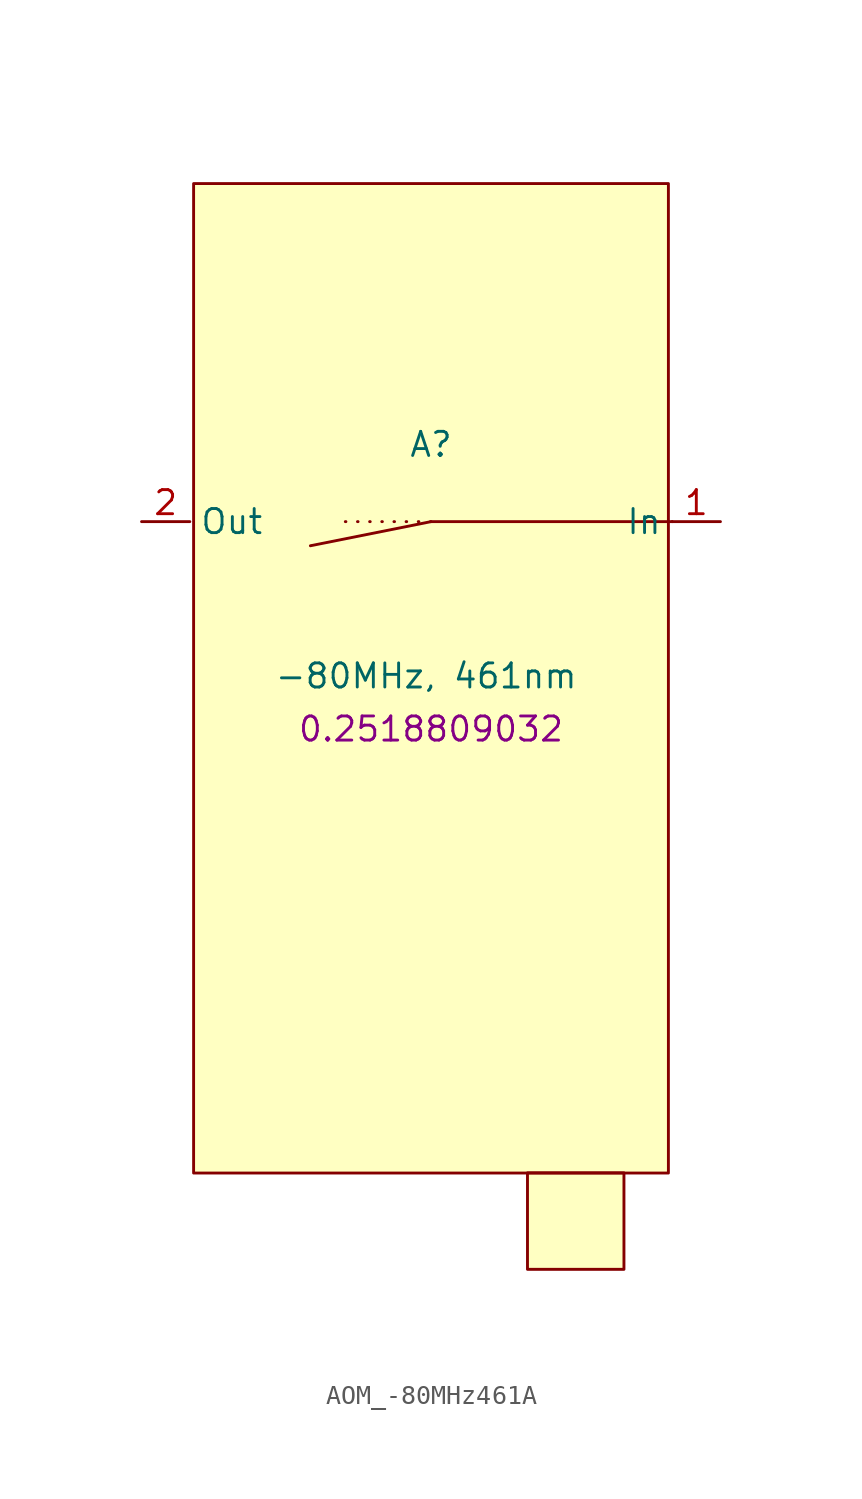
<source format=kicad_sym>
(kicad_symbol_lib
  (version 20241209)
  (generator "kicad_symbol_editor")
  (generator_version "9.0")
  (symbol "AOM_-80MHz461A"
    (property "Reference" "A"
      (at 0 4.064 0)
      (effects (font (size 1.27 1.27))))
    (property "Value" "-80MHz, 461nm"
      (at -0.254 -8.128 0)
      (effects (font (size 1.27 1.27))))
    (property "Angle" "0.2518809032"
      (at 0 -10.922 0)
      (effects (font (size 1.27 1.27))))
    (symbol "AOM_-80MHz461A_1_1"
      (rectangle (start -12.5 17.8) (end 12.5 -34.3) (stroke (width 0) (type default)) (fill (type background)))
      (polyline (pts (xy 0 0) (xy -5.08 0)) (stroke (width 0) (type dot)) (fill (type none)))
      (rectangle (start 5.08 -34.29) (end 10.16 -39.37) (stroke (width 0) (type default)) (fill (type background)))
      (polyline (pts (xy 12.7 0) (xy 0 0) (xy -6.35 -1.27)) (stroke (width 0) (type solid)) (fill (type none)))
      (pin passive line (at -15.24 0 0) (length 2.54) (name "Out" (effects (font (size 1.27 1.27)))) (number "2" (effects (font (size 1.27 1.27)))))
      (pin passive line (at 15.24 0 180) (length 2.54) (name "In" (effects (font (size 1.27 1.27)))) (number "1" (effects (font (size 1.27 1.27))))))))
</source>
